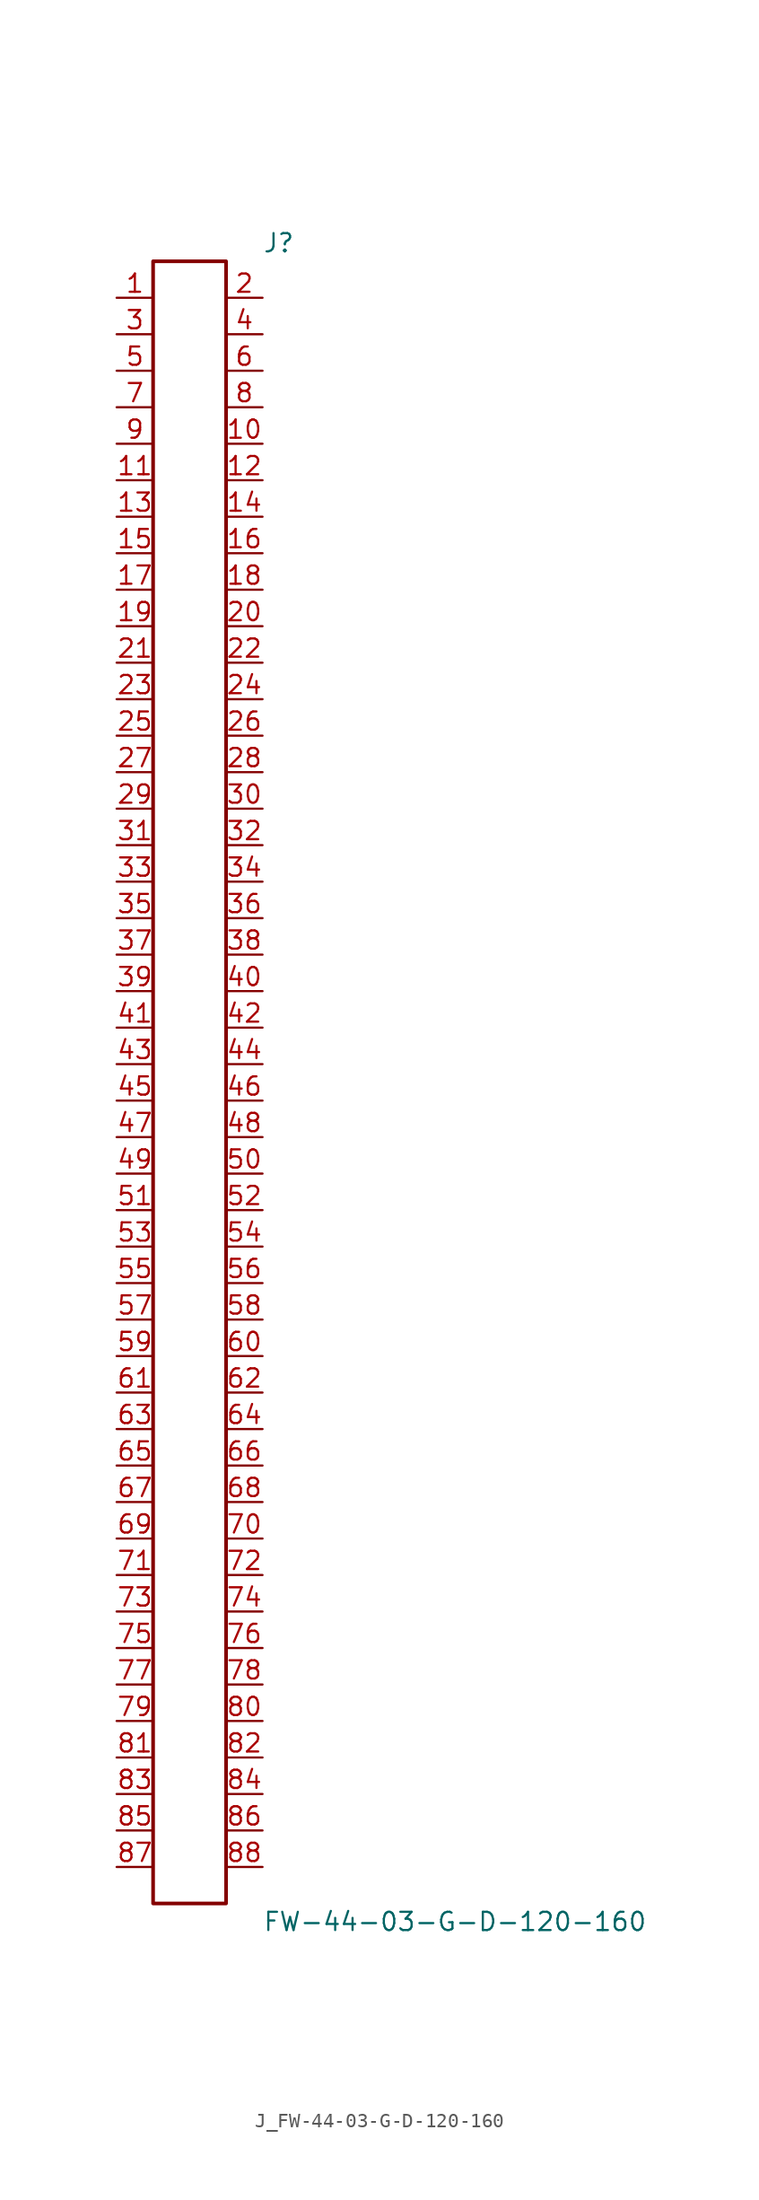
<source format=kicad_sym>
(kicad_symbol_lib
  (version 20231120)
  (generator kicad_symbol_editor)
  (generator_version 8.0)
  (symbol "J_FW-44-03-G-D-120-160"
    (pin_names
      (offset 0.254))
    (property "Reference" "J"
      (at 5.08 58.42 0)
      (effects (font (size 1.27 1.27)) (justify left)))
    (property "Value" "FW-44-03-G-D-120-160"
      (at 5.08 -58.42 0)
      (effects (font (size 1.27 1.27)) (justify left)))
    (symbol "J_FW-44-03-G-D-120-160_0_0"
      (pin passive line (at -5.08 54.61 0) (length 2.54) (name "" (effects (font (size 1.27 1.27)))) (number "1" (effects (font (size 1.27 1.27)))))
      (pin passive line (at 5.08 54.61 180) (length 2.54) (name "" (effects (font (size 1.27 1.27)))) (number "2" (effects (font (size 1.27 1.27)))))
      (pin passive line (at -5.08 52.07 0) (length 2.54) (name "" (effects (font (size 1.27 1.27)))) (number "3" (effects (font (size 1.27 1.27)))))
      (pin passive line (at 5.08 52.07 180) (length 2.54) (name "" (effects (font (size 1.27 1.27)))) (number "4" (effects (font (size 1.27 1.27)))))
      (pin passive line (at -5.08 49.53 0) (length 2.54) (name "" (effects (font (size 1.27 1.27)))) (number "5" (effects (font (size 1.27 1.27)))))
      (pin passive line (at 5.08 49.53 180) (length 2.54) (name "" (effects (font (size 1.27 1.27)))) (number "6" (effects (font (size 1.27 1.27)))))
      (pin passive line (at -5.08 46.99 0) (length 2.54) (name "" (effects (font (size 1.27 1.27)))) (number "7" (effects (font (size 1.27 1.27)))))
      (pin passive line (at 5.08 46.99 180) (length 2.54) (name "" (effects (font (size 1.27 1.27)))) (number "8" (effects (font (size 1.27 1.27)))))
      (pin passive line (at -5.08 44.45 0) (length 2.54) (name "" (effects (font (size 1.27 1.27)))) (number "9" (effects (font (size 1.27 1.27)))))
      (pin passive line (at 5.08 44.45 180) (length 2.54) (name "" (effects (font (size 1.27 1.27)))) (number "10" (effects (font (size 1.27 1.27)))))
      (pin passive line (at -5.08 41.91 0) (length 2.54) (name "" (effects (font (size 1.27 1.27)))) (number "11" (effects (font (size 1.27 1.27)))))
      (pin passive line (at 5.08 41.91 180) (length 2.54) (name "" (effects (font (size 1.27 1.27)))) (number "12" (effects (font (size 1.27 1.27)))))
      (pin passive line (at -5.08 39.37 0) (length 2.54) (name "" (effects (font (size 1.27 1.27)))) (number "13" (effects (font (size 1.27 1.27)))))
      (pin passive line (at 5.08 39.37 180) (length 2.54) (name "" (effects (font (size 1.27 1.27)))) (number "14" (effects (font (size 1.27 1.27)))))
      (pin passive line (at -5.08 36.83 0) (length 2.54) (name "" (effects (font (size 1.27 1.27)))) (number "15" (effects (font (size 1.27 1.27)))))
      (pin passive line (at 5.08 36.83 180) (length 2.54) (name "" (effects (font (size 1.27 1.27)))) (number "16" (effects (font (size 1.27 1.27)))))
      (pin passive line (at -5.08 34.29 0) (length 2.54) (name "" (effects (font (size 1.27 1.27)))) (number "17" (effects (font (size 1.27 1.27)))))
      (pin passive line (at 5.08 34.29 180) (length 2.54) (name "" (effects (font (size 1.27 1.27)))) (number "18" (effects (font (size 1.27 1.27)))))
      (pin passive line (at -5.08 31.75 0) (length 2.54) (name "" (effects (font (size 1.27 1.27)))) (number "19" (effects (font (size 1.27 1.27)))))
      (pin passive line (at 5.08 31.75 180) (length 2.54) (name "" (effects (font (size 1.27 1.27)))) (number "20" (effects (font (size 1.27 1.27)))))
      (pin passive line (at -5.08 29.21 0) (length 2.54) (name "" (effects (font (size 1.27 1.27)))) (number "21" (effects (font (size 1.27 1.27)))))
      (pin passive line (at 5.08 29.21 180) (length 2.54) (name "" (effects (font (size 1.27 1.27)))) (number "22" (effects (font (size 1.27 1.27)))))
      (pin passive line (at -5.08 26.67 0) (length 2.54) (name "" (effects (font (size 1.27 1.27)))) (number "23" (effects (font (size 1.27 1.27)))))
      (pin passive line (at 5.08 26.67 180) (length 2.54) (name "" (effects (font (size 1.27 1.27)))) (number "24" (effects (font (size 1.27 1.27)))))
      (pin passive line (at -5.08 24.13 0) (length 2.54) (name "" (effects (font (size 1.27 1.27)))) (number "25" (effects (font (size 1.27 1.27)))))
      (pin passive line (at 5.08 24.13 180) (length 2.54) (name "" (effects (font (size 1.27 1.27)))) (number "26" (effects (font (size 1.27 1.27)))))
      (pin passive line (at -5.08 21.59 0) (length 2.54) (name "" (effects (font (size 1.27 1.27)))) (number "27" (effects (font (size 1.27 1.27)))))
      (pin passive line (at 5.08 21.59 180) (length 2.54) (name "" (effects (font (size 1.27 1.27)))) (number "28" (effects (font (size 1.27 1.27)))))
      (pin passive line (at -5.08 19.05 0) (length 2.54) (name "" (effects (font (size 1.27 1.27)))) (number "29" (effects (font (size 1.27 1.27)))))
      (pin passive line (at 5.08 19.05 180) (length 2.54) (name "" (effects (font (size 1.27 1.27)))) (number "30" (effects (font (size 1.27 1.27)))))
      (pin passive line (at -5.08 16.51 0) (length 2.54) (name "" (effects (font (size 1.27 1.27)))) (number "31" (effects (font (size 1.27 1.27)))))
      (pin passive line (at 5.08 16.51 180) (length 2.54) (name "" (effects (font (size 1.27 1.27)))) (number "32" (effects (font (size 1.27 1.27)))))
      (pin passive line (at -5.08 13.97 0) (length 2.54) (name "" (effects (font (size 1.27 1.27)))) (number "33" (effects (font (size 1.27 1.27)))))
      (pin passive line (at 5.08 13.97 180) (length 2.54) (name "" (effects (font (size 1.27 1.27)))) (number "34" (effects (font (size 1.27 1.27)))))
      (pin passive line (at -5.08 11.43 0) (length 2.54) (name "" (effects (font (size 1.27 1.27)))) (number "35" (effects (font (size 1.27 1.27)))))
      (pin passive line (at 5.08 11.43 180) (length 2.54) (name "" (effects (font (size 1.27 1.27)))) (number "36" (effects (font (size 1.27 1.27)))))
      (pin passive line (at -5.08 8.89 0) (length 2.54) (name "" (effects (font (size 1.27 1.27)))) (number "37" (effects (font (size 1.27 1.27)))))
      (pin passive line (at 5.08 8.89 180) (length 2.54) (name "" (effects (font (size 1.27 1.27)))) (number "38" (effects (font (size 1.27 1.27)))))
      (pin passive line (at -5.08 6.35 0) (length 2.54) (name "" (effects (font (size 1.27 1.27)))) (number "39" (effects (font (size 1.27 1.27)))))
      (pin passive line (at 5.08 6.35 180) (length 2.54) (name "" (effects (font (size 1.27 1.27)))) (number "40" (effects (font (size 1.27 1.27)))))
      (pin passive line (at -5.08 3.81 0) (length 2.54) (name "" (effects (font (size 1.27 1.27)))) (number "41" (effects (font (size 1.27 1.27)))))
      (pin passive line (at 5.08 3.81 180) (length 2.54) (name "" (effects (font (size 1.27 1.27)))) (number "42" (effects (font (size 1.27 1.27)))))
      (pin passive line (at -5.08 1.27 0) (length 2.54) (name "" (effects (font (size 1.27 1.27)))) (number "43" (effects (font (size 1.27 1.27)))))
      (pin passive line (at 5.08 1.27 180) (length 2.54) (name "" (effects (font (size 1.27 1.27)))) (number "44" (effects (font (size 1.27 1.27)))))
      (pin passive line (at -5.08 -1.27 0) (length 2.54) (name "" (effects (font (size 1.27 1.27)))) (number "45" (effects (font (size 1.27 1.27)))))
      (pin passive line (at 5.08 -1.27 180) (length 2.54) (name "" (effects (font (size 1.27 1.27)))) (number "46" (effects (font (size 1.27 1.27)))))
      (pin passive line (at -5.08 -3.81 0) (length 2.54) (name "" (effects (font (size 1.27 1.27)))) (number "47" (effects (font (size 1.27 1.27)))))
      (pin passive line (at 5.08 -3.81 180) (length 2.54) (name "" (effects (font (size 1.27 1.27)))) (number "48" (effects (font (size 1.27 1.27)))))
      (pin passive line (at -5.08 -6.35 0) (length 2.54) (name "" (effects (font (size 1.27 1.27)))) (number "49" (effects (font (size 1.27 1.27)))))
      (pin passive line (at 5.08 -6.35 180) (length 2.54) (name "" (effects (font (size 1.27 1.27)))) (number "50" (effects (font (size 1.27 1.27)))))
      (pin passive line (at -5.08 -8.89 0) (length 2.54) (name "" (effects (font (size 1.27 1.27)))) (number "51" (effects (font (size 1.27 1.27)))))
      (pin passive line (at 5.08 -8.89 180) (length 2.54) (name "" (effects (font (size 1.27 1.27)))) (number "52" (effects (font (size 1.27 1.27)))))
      (pin passive line (at -5.08 -11.43 0) (length 2.54) (name "" (effects (font (size 1.27 1.27)))) (number "53" (effects (font (size 1.27 1.27)))))
      (pin passive line (at 5.08 -11.43 180) (length 2.54) (name "" (effects (font (size 1.27 1.27)))) (number "54" (effects (font (size 1.27 1.27)))))
      (pin passive line (at -5.08 -13.97 0) (length 2.54) (name "" (effects (font (size 1.27 1.27)))) (number "55" (effects (font (size 1.27 1.27)))))
      (pin passive line (at 5.08 -13.97 180) (length 2.54) (name "" (effects (font (size 1.27 1.27)))) (number "56" (effects (font (size 1.27 1.27)))))
      (pin passive line (at -5.08 -16.51 0) (length 2.54) (name "" (effects (font (size 1.27 1.27)))) (number "57" (effects (font (size 1.27 1.27)))))
      (pin passive line (at 5.08 -16.51 180) (length 2.54) (name "" (effects (font (size 1.27 1.27)))) (number "58" (effects (font (size 1.27 1.27)))))
      (pin passive line (at -5.08 -19.05 0) (length 2.54) (name "" (effects (font (size 1.27 1.27)))) (number "59" (effects (font (size 1.27 1.27)))))
      (pin passive line (at 5.08 -19.05 180) (length 2.54) (name "" (effects (font (size 1.27 1.27)))) (number "60" (effects (font (size 1.27 1.27)))))
      (pin passive line (at -5.08 -21.59 0) (length 2.54) (name "" (effects (font (size 1.27 1.27)))) (number "61" (effects (font (size 1.27 1.27)))))
      (pin passive line (at 5.08 -21.59 180) (length 2.54) (name "" (effects (font (size 1.27 1.27)))) (number "62" (effects (font (size 1.27 1.27)))))
      (pin passive line (at -5.08 -24.13 0) (length 2.54) (name "" (effects (font (size 1.27 1.27)))) (number "63" (effects (font (size 1.27 1.27)))))
      (pin passive line (at 5.08 -24.13 180) (length 2.54) (name "" (effects (font (size 1.27 1.27)))) (number "64" (effects (font (size 1.27 1.27)))))
      (pin passive line (at -5.08 -26.67 0) (length 2.54) (name "" (effects (font (size 1.27 1.27)))) (number "65" (effects (font (size 1.27 1.27)))))
      (pin passive line (at 5.08 -26.67 180) (length 2.54) (name "" (effects (font (size 1.27 1.27)))) (number "66" (effects (font (size 1.27 1.27)))))
      (pin passive line (at -5.08 -29.21 0) (length 2.54) (name "" (effects (font (size 1.27 1.27)))) (number "67" (effects (font (size 1.27 1.27)))))
      (pin passive line (at 5.08 -29.21 180) (length 2.54) (name "" (effects (font (size 1.27 1.27)))) (number "68" (effects (font (size 1.27 1.27)))))
      (pin passive line (at -5.08 -31.75 0) (length 2.54) (name "" (effects (font (size 1.27 1.27)))) (number "69" (effects (font (size 1.27 1.27)))))
      (pin passive line (at 5.08 -31.75 180) (length 2.54) (name "" (effects (font (size 1.27 1.27)))) (number "70" (effects (font (size 1.27 1.27)))))
      (pin passive line (at -5.08 -34.29 0) (length 2.54) (name "" (effects (font (size 1.27 1.27)))) (number "71" (effects (font (size 1.27 1.27)))))
      (pin passive line (at 5.08 -34.29 180) (length 2.54) (name "" (effects (font (size 1.27 1.27)))) (number "72" (effects (font (size 1.27 1.27)))))
      (pin passive line (at -5.08 -36.83 0) (length 2.54) (name "" (effects (font (size 1.27 1.27)))) (number "73" (effects (font (size 1.27 1.27)))))
      (pin passive line (at 5.08 -36.83 180) (length 2.54) (name "" (effects (font (size 1.27 1.27)))) (number "74" (effects (font (size 1.27 1.27)))))
      (pin passive line (at -5.08 -39.37 0) (length 2.54) (name "" (effects (font (size 1.27 1.27)))) (number "75" (effects (font (size 1.27 1.27)))))
      (pin passive line (at 5.08 -39.37 180) (length 2.54) (name "" (effects (font (size 1.27 1.27)))) (number "76" (effects (font (size 1.27 1.27)))))
      (pin passive line (at -5.08 -41.91 0) (length 2.54) (name "" (effects (font (size 1.27 1.27)))) (number "77" (effects (font (size 1.27 1.27)))))
      (pin passive line (at 5.08 -41.91 180) (length 2.54) (name "" (effects (font (size 1.27 1.27)))) (number "78" (effects (font (size 1.27 1.27)))))
      (pin passive line (at -5.08 -44.45 0) (length 2.54) (name "" (effects (font (size 1.27 1.27)))) (number "79" (effects (font (size 1.27 1.27)))))
      (pin passive line (at 5.08 -44.45 180) (length 2.54) (name "" (effects (font (size 1.27 1.27)))) (number "80" (effects (font (size 1.27 1.27)))))
      (pin passive line (at -5.08 -46.99 0) (length 2.54) (name "" (effects (font (size 1.27 1.27)))) (number "81" (effects (font (size 1.27 1.27)))))
      (pin passive line (at 5.08 -46.99 180) (length 2.54) (name "" (effects (font (size 1.27 1.27)))) (number "82" (effects (font (size 1.27 1.27)))))
      (pin passive line (at -5.08 -49.53 0) (length 2.54) (name "" (effects (font (size 1.27 1.27)))) (number "83" (effects (font (size 1.27 1.27)))))
      (pin passive line (at 5.08 -49.53 180) (length 2.54) (name "" (effects (font (size 1.27 1.27)))) (number "84" (effects (font (size 1.27 1.27)))))
      (pin passive line (at -5.08 -52.07 0) (length 2.54) (name "" (effects (font (size 1.27 1.27)))) (number "85" (effects (font (size 1.27 1.27)))))
      (pin passive line (at 5.08 -52.07 180) (length 2.54) (name "" (effects (font (size 1.27 1.27)))) (number "86" (effects (font (size 1.27 1.27)))))
      (pin passive line (at -5.08 -54.61 0) (length 2.54) (name "" (effects (font (size 1.27 1.27)))) (number "87" (effects (font (size 1.27 1.27)))))
      (pin passive line (at 5.08 -54.61 180) (length 2.54) (name "" (effects (font (size 1.27 1.27)))) (number "88" (effects (font (size 1.27 1.27))))))
    (symbol "J_FW-44-03-G-D-120-160_1_0"
      (rectangle (start -2.54 57.15) (end 2.54 -57.15) (stroke (width 0.254) (type solid)) (fill (type none))))))
</source>
